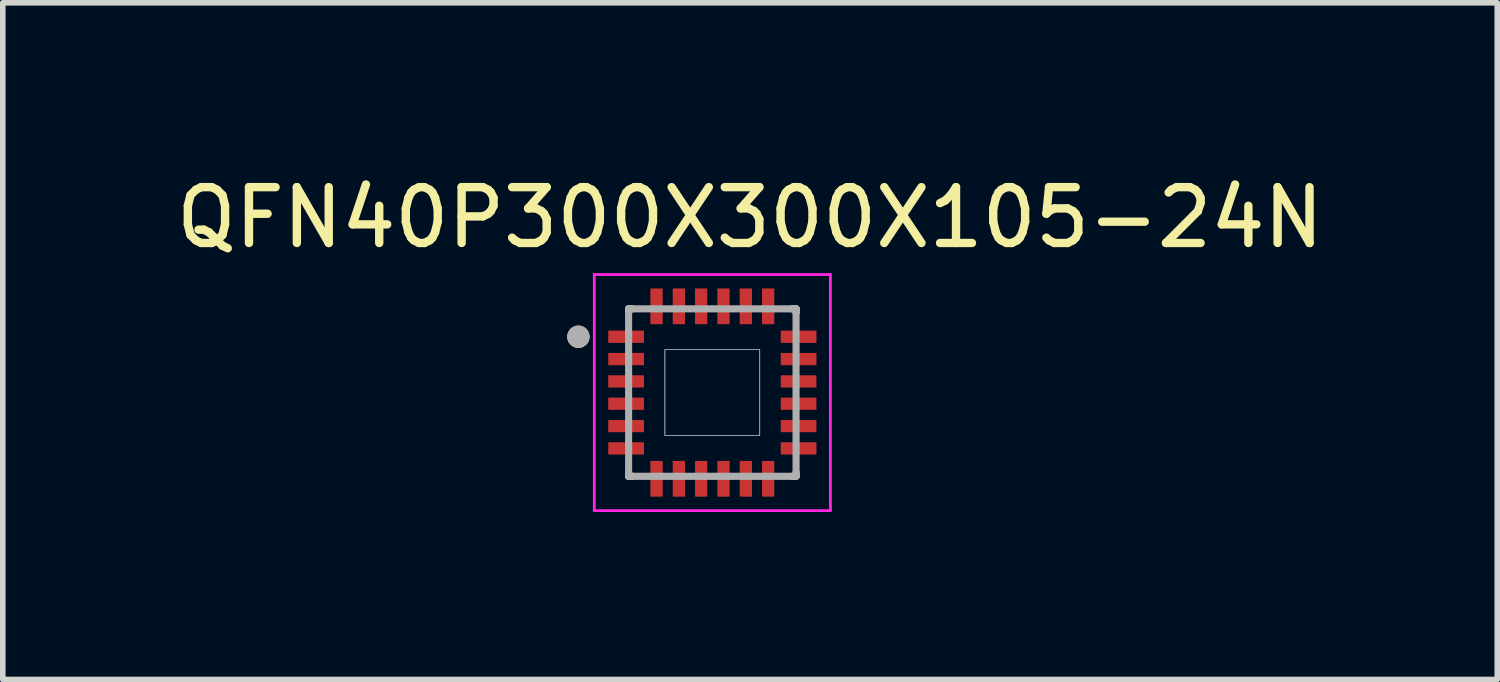
<source format=kicad_pcb>
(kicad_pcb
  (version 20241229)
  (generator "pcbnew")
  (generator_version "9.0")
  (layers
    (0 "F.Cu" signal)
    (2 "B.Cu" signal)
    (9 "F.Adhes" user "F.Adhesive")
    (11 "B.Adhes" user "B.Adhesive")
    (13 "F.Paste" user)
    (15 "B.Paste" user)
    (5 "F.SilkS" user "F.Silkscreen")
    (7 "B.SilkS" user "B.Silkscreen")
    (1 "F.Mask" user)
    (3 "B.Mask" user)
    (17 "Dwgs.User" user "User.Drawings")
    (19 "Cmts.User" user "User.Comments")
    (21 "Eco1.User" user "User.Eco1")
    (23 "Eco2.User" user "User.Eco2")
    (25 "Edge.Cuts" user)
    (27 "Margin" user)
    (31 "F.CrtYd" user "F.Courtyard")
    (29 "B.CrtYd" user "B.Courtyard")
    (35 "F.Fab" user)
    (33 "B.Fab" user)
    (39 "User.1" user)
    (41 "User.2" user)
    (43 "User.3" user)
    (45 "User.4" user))
  (footprint "QFN40P300X300X105-24N"
    (layer "F.Cu")
    (at 9.712 3.983)
    (property "Reference" "QFN40P300X300X105-24N" (at 0.675 -3.135 0) (layer "F.SilkS") (effects (font (size 1 1) (thickness 0.15))))
    (attr through_hole)
    (fp_line (start -1.5 -1.5) (end -1.5 -1.43) (stroke (width 0.127) (type solid)) (layer "F.SilkS"))
    (fp_line (start -1.5 1.43) (end -1.5 1.5) (stroke (width 0.127) (type solid)) (layer "F.SilkS"))
    (fp_line (start -1.5 1.5) (end -1.43 1.5) (stroke (width 0.127) (type solid)) (layer "F.SilkS"))
    (fp_line (start -1.43 -1.5) (end -1.5 -1.5) (stroke (width 0.127) (type solid)) (layer "F.SilkS"))
    (fp_line (start 1.43 1.5) (end 1.5 1.5) (stroke (width 0.127) (type solid)) (layer "F.SilkS"))
    (fp_line (start 1.5 -1.5) (end 1.43 -1.5) (stroke (width 0.127) (type solid)) (layer "F.SilkS"))
    (fp_line (start 1.5 -1.43) (end 1.5 -1.5) (stroke (width 0.127) (type solid)) (layer "F.SilkS"))
    (fp_line (start 1.5 1.5) (end 1.5 1.43) (stroke (width 0.127) (type solid)) (layer "F.SilkS"))
    (fp_circle (center -2.4 -1) (end -2.3 -1) (stroke (width 0.2) (type solid)) (fill no) (layer "F.SilkS"))
    (fp_poly (pts (xy -0.85 -0.77) (xy 0.85 -0.77) (xy 0.85 0.77) (xy -0.85 0.77)) (stroke (width 0.01) (type solid)) (fill no) (layer "Dwgs.User"))
    (fp_poly (pts (xy -0.85 -0.77) (xy 0.85 -0.77) (xy 0.85 0.77) (xy -0.85 0.77)) (stroke (width 0.01) (type solid)) (fill no) (layer "Dwgs.User"))
    (fp_line (start -2.115 -2.115) (end 2.115 -2.115) (stroke (width 0.05) (type solid)) (layer "F.CrtYd"))
    (fp_line (start -2.115 2.115) (end -2.115 -2.115) (stroke (width 0.05) (type solid)) (layer "F.CrtYd"))
    (fp_line (start 2.115 -2.115) (end 2.115 2.115) (stroke (width 0.05) (type solid)) (layer "F.CrtYd"))
    (fp_line (start 2.115 2.115) (end -2.115 2.115) (stroke (width 0.05) (type solid)) (layer "F.CrtYd"))
    (fp_line (start -1.5 -1.5) (end 1.5 -1.5) (stroke (width 0.127) (type solid)) (layer "F.Fab"))
    (fp_line (start -1.5 1.5) (end -1.5 -1.5) (stroke (width 0.127) (type solid)) (layer "F.Fab"))
    (fp_line (start 1.5 -1.5) (end 1.5 1.5) (stroke (width 0.127) (type solid)) (layer "F.Fab"))
    (fp_line (start 1.5 1.5) (end -1.5 1.5) (stroke (width 0.127) (type solid)) (layer "F.Fab"))
    (fp_circle (center -2.4 -1) (end -2.3 -1) (stroke (width 0.2) (type solid)) (fill no) (layer "F.Fab"))
    (pad "1" smd roundrect (at -1.545 -1) (size 0.64 0.22) (layers "F.Cu" "F.Mask" "F.Paste") (roundrect_rratio 0.03))
    (pad "2" smd roundrect (at -1.545 -0.6) (size 0.64 0.22) (layers "F.Cu" "F.Mask" "F.Paste") (roundrect_rratio 0.03))
    (pad "3" smd roundrect (at -1.545 -0.2) (size 0.64 0.22) (layers "F.Cu" "F.Mask" "F.Paste") (roundrect_rratio 0.03))
    (pad "4" smd roundrect (at -1.545 0.2) (size 0.64 0.22) (layers "F.Cu" "F.Mask" "F.Paste") (roundrect_rratio 0.03))
    (pad "5" smd roundrect (at -1.545 0.6) (size 0.64 0.22) (layers "F.Cu" "F.Mask" "F.Paste") (roundrect_rratio 0.03))
    (pad "6" smd roundrect (at -1.545 1) (size 0.64 0.22) (layers "F.Cu" "F.Mask" "F.Paste") (roundrect_rratio 0.03))
    (pad "7" smd roundrect (at -1 1.545) (size 0.22 0.64) (layers "F.Cu" "F.Mask" "F.Paste") (roundrect_rratio 0.03))
    (pad "8" smd roundrect (at -0.6 1.545) (size 0.22 0.64) (layers "F.Cu" "F.Mask" "F.Paste") (roundrect_rratio 0.03))
    (pad "9" smd roundrect (at -0.2 1.545) (size 0.22 0.64) (layers "F.Cu" "F.Mask" "F.Paste") (roundrect_rratio 0.03))
    (pad "10" smd roundrect (at 0.2 1.545) (size 0.22 0.64) (layers "F.Cu" "F.Mask" "F.Paste") (roundrect_rratio 0.03))
    (pad "11" smd roundrect (at 0.6 1.545) (size 0.22 0.64) (layers "F.Cu" "F.Mask" "F.Paste") (roundrect_rratio 0.03))
    (pad "12" smd roundrect (at 1 1.545) (size 0.22 0.64) (layers "F.Cu" "F.Mask" "F.Paste") (roundrect_rratio 0.03))
    (pad "13" smd roundrect (at 1.545 1) (size 0.64 0.22) (layers "F.Cu" "F.Mask" "F.Paste") (roundrect_rratio 0.03))
    (pad "14" smd roundrect (at 1.545 0.6) (size 0.64 0.22) (layers "F.Cu" "F.Mask" "F.Paste") (roundrect_rratio 0.03))
    (pad "15" smd roundrect (at 1.545 0.2) (size 0.64 0.22) (layers "F.Cu" "F.Mask" "F.Paste") (roundrect_rratio 0.03))
    (pad "16" smd roundrect (at 1.545 -0.2) (size 0.64 0.22) (layers "F.Cu" "F.Mask" "F.Paste") (roundrect_rratio 0.03))
    (pad "17" smd roundrect (at 1.545 -0.6) (size 0.64 0.22) (layers "F.Cu" "F.Mask" "F.Paste") (roundrect_rratio 0.03))
    (pad "18" smd roundrect (at 1.545 -1) (size 0.64 0.22) (layers "F.Cu" "F.Mask" "F.Paste") (roundrect_rratio 0.03))
    (pad "19" smd roundrect (at 1 -1.545) (size 0.22 0.64) (layers "F.Cu" "F.Mask" "F.Paste") (roundrect_rratio 0.03))
    (pad "20" smd roundrect (at 0.6 -1.545) (size 0.22 0.64) (layers "F.Cu" "F.Mask" "F.Paste") (roundrect_rratio 0.03))
    (pad "21" smd roundrect (at 0.2 -1.545) (size 0.22 0.64) (layers "F.Cu" "F.Mask" "F.Paste") (roundrect_rratio 0.03))
    (pad "22" smd roundrect (at -0.2 -1.545) (size 0.22 0.64) (layers "F.Cu" "F.Mask" "F.Paste") (roundrect_rratio 0.03))
    (pad "23" smd roundrect (at -0.6 -1.545) (size 0.22 0.64) (layers "F.Cu" "F.Mask" "F.Paste") (roundrect_rratio 0.03))
    (pad "24" smd roundrect (at -1 -1.545) (size 0.22 0.64) (layers "F.Cu" "F.Mask" "F.Paste") (roundrect_rratio 0.03)))
  (gr_rect
    (start -3 -3)
    (end 23.774 9.123)
    (stroke (width 0.1) (type default))
    (fill no)
    (layer "Edge.Cuts")))
</source>
